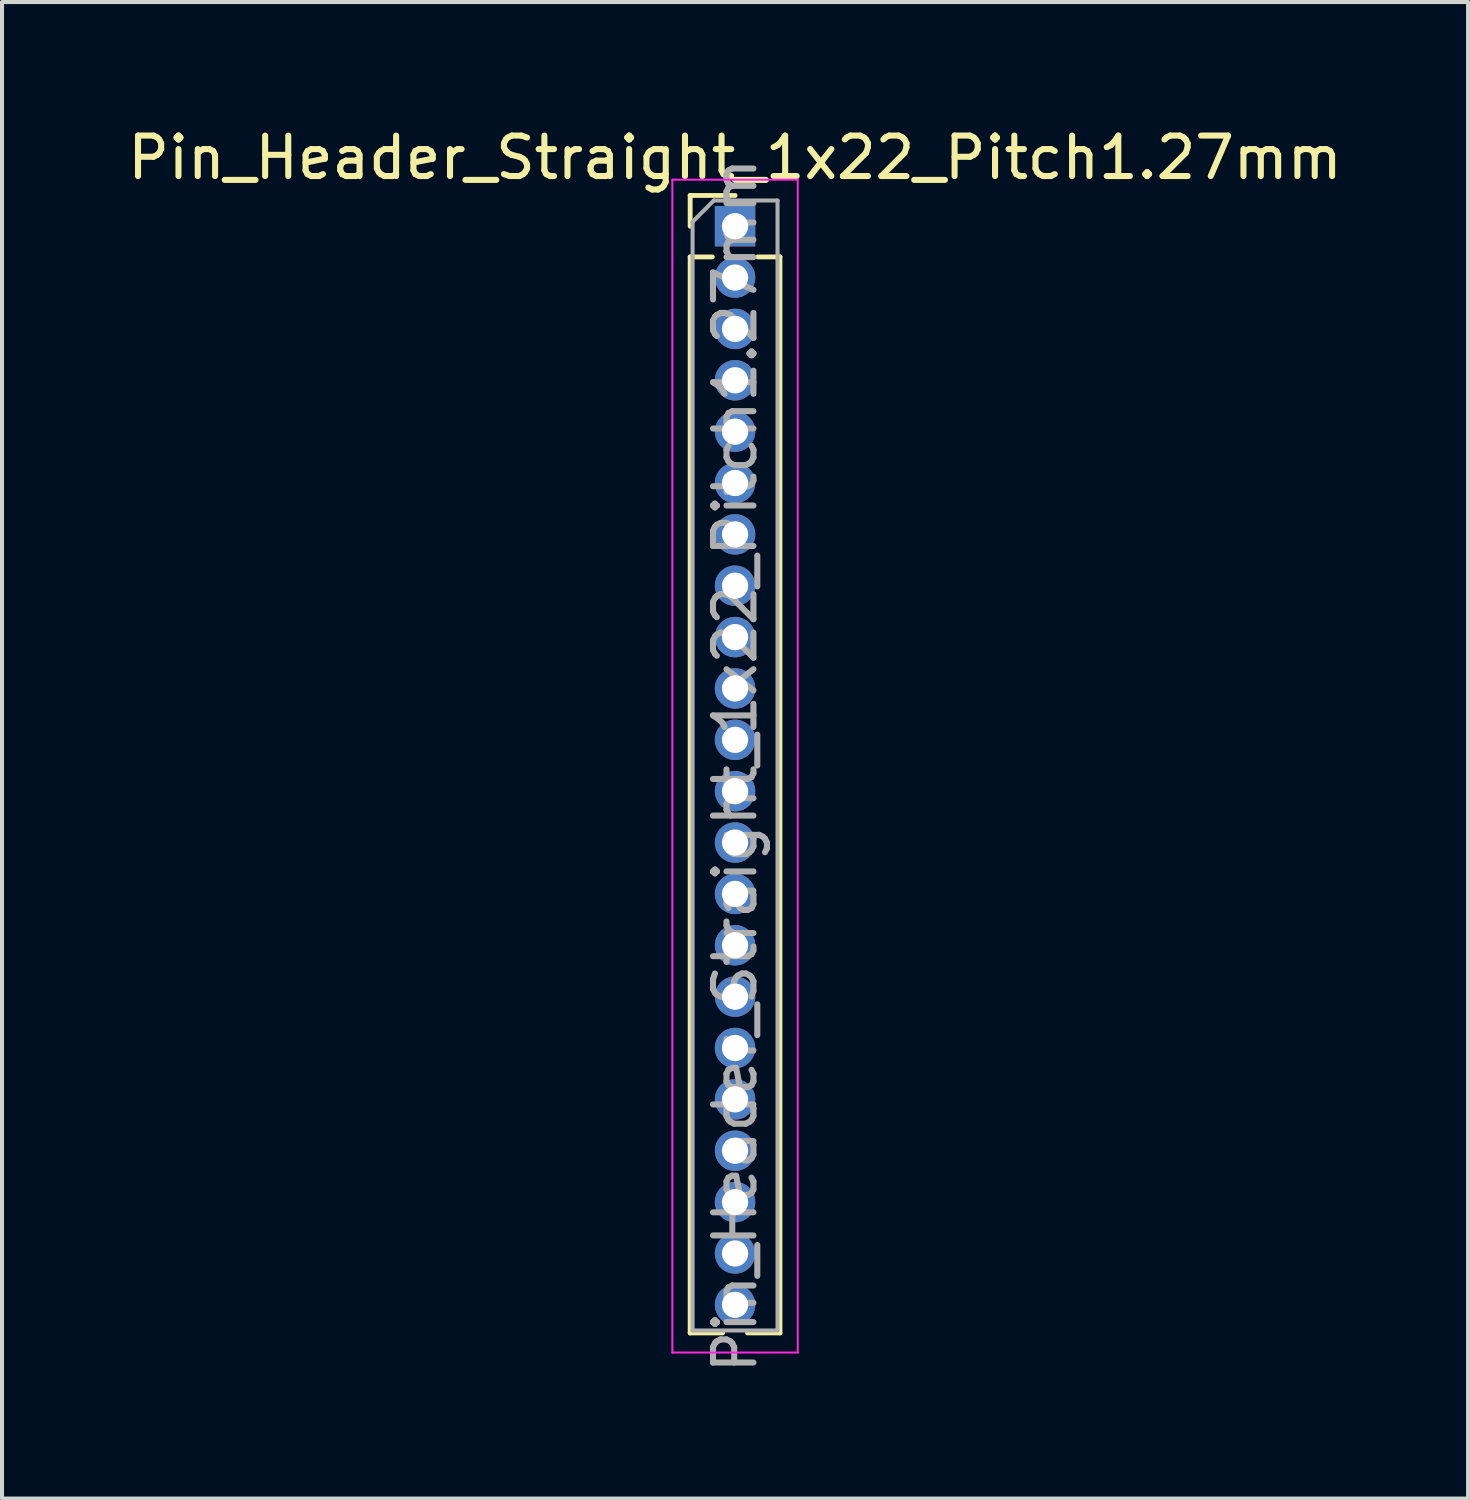
<source format=kicad_pcb>
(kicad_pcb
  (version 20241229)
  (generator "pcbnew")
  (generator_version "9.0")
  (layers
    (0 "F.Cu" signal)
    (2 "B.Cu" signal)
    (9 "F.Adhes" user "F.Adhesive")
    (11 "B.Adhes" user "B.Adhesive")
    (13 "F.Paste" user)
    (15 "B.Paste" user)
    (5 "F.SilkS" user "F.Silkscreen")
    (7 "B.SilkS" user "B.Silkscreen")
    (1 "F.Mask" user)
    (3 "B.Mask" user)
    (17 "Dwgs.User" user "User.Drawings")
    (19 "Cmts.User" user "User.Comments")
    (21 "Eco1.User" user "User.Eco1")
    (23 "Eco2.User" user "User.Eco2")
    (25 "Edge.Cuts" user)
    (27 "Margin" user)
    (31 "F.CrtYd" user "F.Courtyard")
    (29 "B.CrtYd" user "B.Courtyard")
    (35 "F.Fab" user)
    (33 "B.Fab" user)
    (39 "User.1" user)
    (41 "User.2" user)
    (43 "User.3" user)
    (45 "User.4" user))
  (footprint "Pin_Header_Straight_1x22_Pitch1.27mm"
    (layer "F.Cu")
    (at 15.125 2.543)
    (property "Reference" "Pin_Header_Straight_1x22_Pitch1.27mm" (at 0 -1.695 0) (layer "F.SilkS") (effects (font (size 1 1) (thickness 0.15))))
    (attr through_hole)
    (fp_line (start -1.11 -0.76) (end 0 -0.76) (stroke (width 0.12) (type solid)) (layer "F.SilkS"))
    (fp_line (start -1.11 0) (end -1.11 -0.76) (stroke (width 0.12) (type solid)) (layer "F.SilkS"))
    (fp_line (start -1.11 0.76) (end -1.11 27.365) (stroke (width 0.12) (type solid)) (layer "F.SilkS"))
    (fp_line (start -1.11 0.76) (end -0.563 0.76) (stroke (width 0.12) (type solid)) (layer "F.SilkS"))
    (fp_line (start -1.11 27.365) (end -0.308 27.365) (stroke (width 0.12) (type solid)) (layer "F.SilkS"))
    (fp_line (start 0.308 27.365) (end 1.11 27.365) (stroke (width 0.12) (type solid)) (layer "F.SilkS"))
    (fp_line (start 0.563 0.76) (end 1.11 0.76) (stroke (width 0.12) (type solid)) (layer "F.SilkS"))
    (fp_line (start 1.11 0.76) (end 1.11 27.365) (stroke (width 0.12) (type solid)) (layer "F.SilkS"))
    (fp_line (start -1.55 -1.15) (end -1.55 27.85) (stroke (width 0.05) (type solid)) (layer "F.CrtYd"))
    (fp_line (start -1.55 27.85) (end 1.55 27.85) (stroke (width 0.05) (type solid)) (layer "F.CrtYd"))
    (fp_line (start 1.55 -1.15) (end -1.55 -1.15) (stroke (width 0.05) (type solid)) (layer "F.CrtYd"))
    (fp_line (start 1.55 27.85) (end 1.55 -1.15) (stroke (width 0.05) (type solid)) (layer "F.CrtYd"))
    (fp_line (start -1.05 -0.11) (end -0.525 -0.635) (stroke (width 0.1) (type solid)) (layer "F.Fab"))
    (fp_line (start -1.05 27.305) (end -1.05 -0.11) (stroke (width 0.1) (type solid)) (layer "F.Fab"))
    (fp_line (start -0.525 -0.635) (end 1.05 -0.635) (stroke (width 0.1) (type solid)) (layer "F.Fab"))
    (fp_line (start 1.05 -0.635) (end 1.05 27.305) (stroke (width 0.1) (type solid)) (layer "F.Fab"))
    (fp_line (start 1.05 27.305) (end -1.05 27.305) (stroke (width 0.1) (type solid)) (layer "F.Fab"))
    (fp_text user "${REFERENCE}" (at 0 13.335 90) (layer "F.Fab") (effects (font (size 1 1) (thickness 0.15))))
    (pad "1" thru_hole rect (at 0 0) (size 1 1) (drill 0.65) (layers "*.Cu" "*.Mask"))
    (pad "2" thru_hole oval (at 0 1.27) (size 1 1) (drill 0.65) (layers "*.Cu" "*.Mask"))
    (pad "3" thru_hole oval (at 0 2.54) (size 1 1) (drill 0.65) (layers "*.Cu" "*.Mask"))
    (pad "4" thru_hole oval (at 0 3.81) (size 1 1) (drill 0.65) (layers "*.Cu" "*.Mask"))
    (pad "5" thru_hole oval (at 0 5.08) (size 1 1) (drill 0.65) (layers "*.Cu" "*.Mask"))
    (pad "6" thru_hole oval (at 0 6.35) (size 1 1) (drill 0.65) (layers "*.Cu" "*.Mask"))
    (pad "7" thru_hole oval (at 0 7.62) (size 1 1) (drill 0.65) (layers "*.Cu" "*.Mask"))
    (pad "8" thru_hole oval (at 0 8.89) (size 1 1) (drill 0.65) (layers "*.Cu" "*.Mask"))
    (pad "9" thru_hole oval (at 0 10.16) (size 1 1) (drill 0.65) (layers "*.Cu" "*.Mask"))
    (pad "10" thru_hole oval (at 0 11.43) (size 1 1) (drill 0.65) (layers "*.Cu" "*.Mask"))
    (pad "11" thru_hole oval (at 0 12.7) (size 1 1) (drill 0.65) (layers "*.Cu" "*.Mask"))
    (pad "12" thru_hole oval (at 0 13.97) (size 1 1) (drill 0.65) (layers "*.Cu" "*.Mask"))
    (pad "13" thru_hole oval (at 0 15.24) (size 1 1) (drill 0.65) (layers "*.Cu" "*.Mask"))
    (pad "14" thru_hole oval (at 0 16.51) (size 1 1) (drill 0.65) (layers "*.Cu" "*.Mask"))
    (pad "15" thru_hole oval (at 0 17.78) (size 1 1) (drill 0.65) (layers "*.Cu" "*.Mask"))
    (pad "16" thru_hole oval (at 0 19.05) (size 1 1) (drill 0.65) (layers "*.Cu" "*.Mask"))
    (pad "17" thru_hole oval (at 0 20.32) (size 1 1) (drill 0.65) (layers "*.Cu" "*.Mask"))
    (pad "18" thru_hole oval (at 0 21.59) (size 1 1) (drill 0.65) (layers "*.Cu" "*.Mask"))
    (pad "19" thru_hole oval (at 0 22.86) (size 1 1) (drill 0.65) (layers "*.Cu" "*.Mask"))
    (pad "20" thru_hole oval (at 0 24.13) (size 1 1) (drill 0.65) (layers "*.Cu" "*.Mask"))
    (pad "21" thru_hole oval (at 0 25.4) (size 1 1) (drill 0.65) (layers "*.Cu" "*.Mask"))
    (pad "22" thru_hole oval (at 0 26.67) (size 1 1) (drill 0.65) (layers "*.Cu" "*.Mask")))
  (gr_rect
    (start -3 -3)
    (end 33.25 34.003)
    (stroke (width 0.1) (type default))
    (fill no)
    (layer "Edge.Cuts")))
</source>
